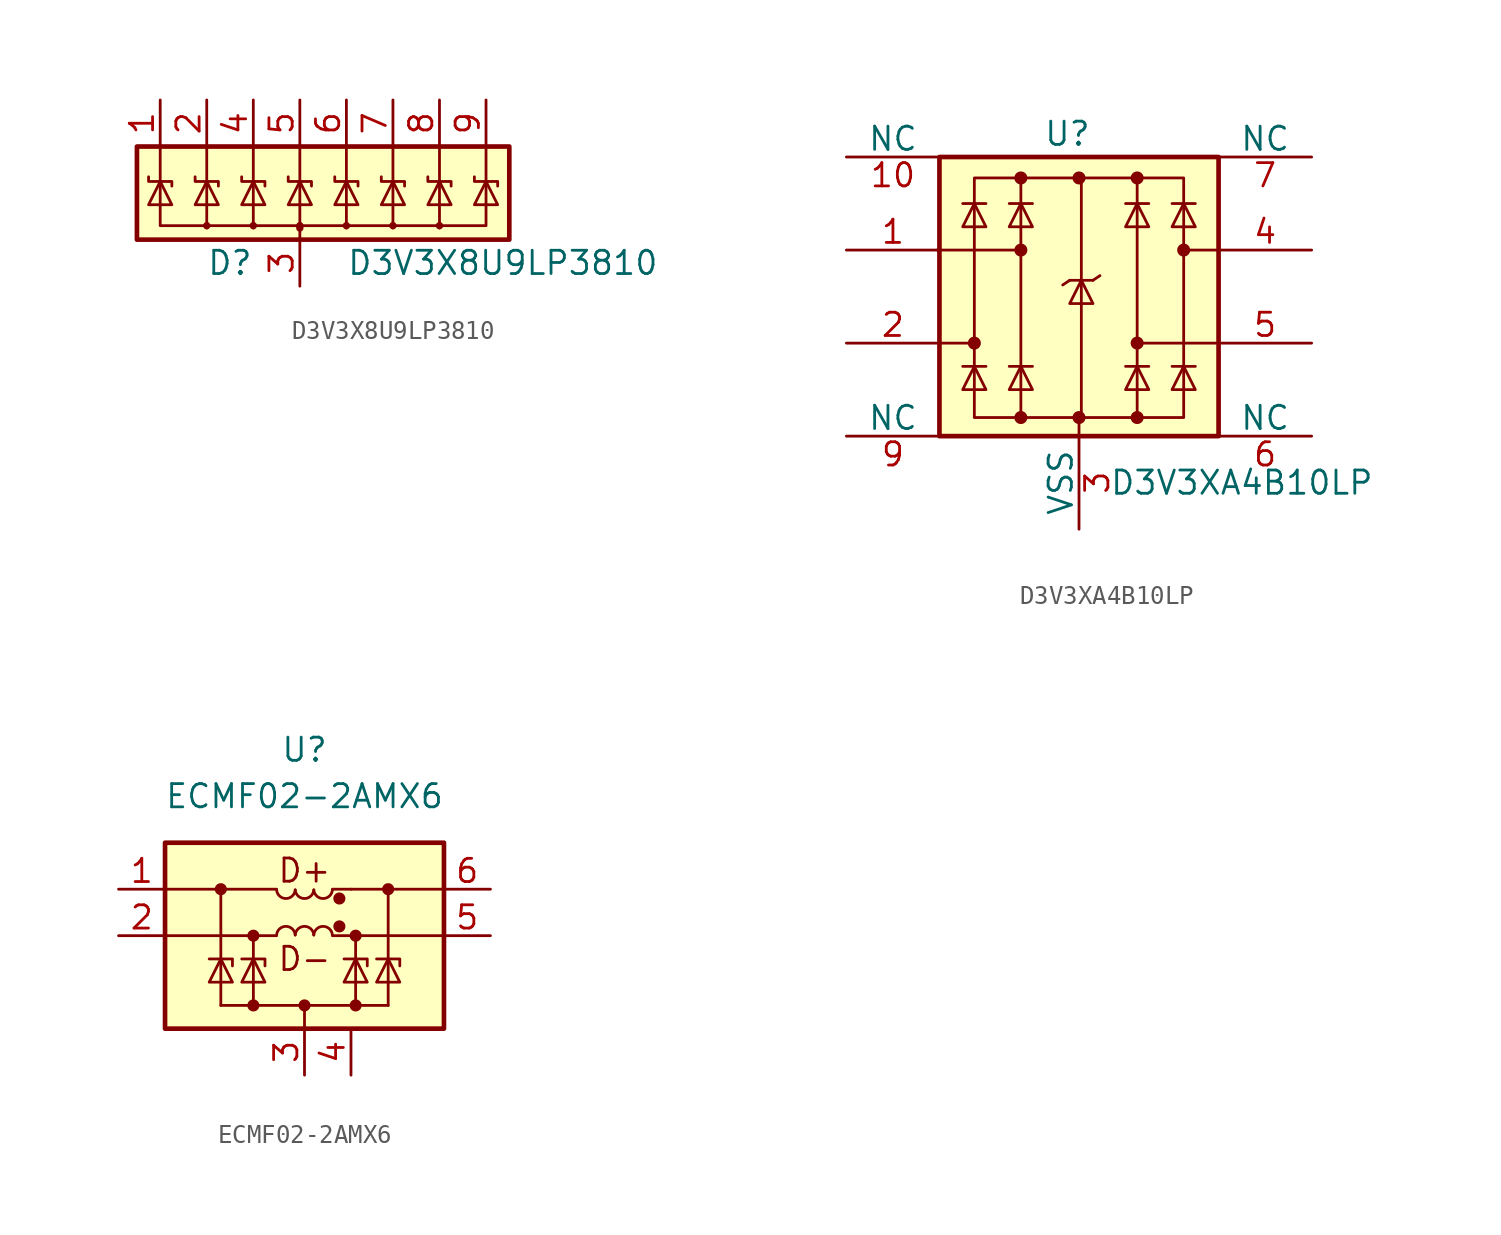
<source format=kicad_sym>
(kicad_symbol_lib
  (version 20241209)
  (generator "kicad_symbol_editor")
  (generator_version "9.0")
  (symbol "D3V3X8U9LP3810"
    (pin_names
      (hide yes))
    (property "Reference" "D"
      (at -2.54 -3.81 0)
      (effects (font (size 1.27 1.27)) (justify right)))
    (property "Value" "D3V3X8U9LP3810"
      (at 2.54 -3.81 0)
      (effects (font (size 1.27 1.27)) (justify left)))
    (symbol "D3V3X8U9LP3810_0_0"
      (pin passive line (at 0 -5.08 90) (length 2.54) (name "GND" (effects (font (size 1.27 1.27)))) (number "3" (effects (font (size 1.27 1.27))))))
    (symbol "D3V3X8U9LP3810_0_1"
      (rectangle (start -8.89 2.54) (end 11.43 -2.54) (stroke (width 0.254) (type default)) (fill (type background)))
      (polyline (pts (xy -8.255 0.889) (xy -8.255 0.635) (xy -6.985 0.635) (xy -6.985 0.381)) (stroke (width 0.152) (type default)) (fill (type none)))
      (polyline (pts (xy -8.255 -0.635) (xy -6.985 -0.635) (xy -7.62 0.635) (xy -8.255 -0.635)) (stroke (width 0) (type default)) (fill (type none)))
      (polyline (pts (xy -7.62 2.54) (xy -7.62 -1.778) (xy 10.16 -1.778) (xy 10.16 2.54)) (stroke (width 0) (type default)) (fill (type none)))
      (polyline (pts (xy -5.715 0.889) (xy -5.715 0.635) (xy -4.445 0.635) (xy -4.445 0.381)) (stroke (width 0.152) (type default)) (fill (type none)))
      (polyline (pts (xy -5.715 -0.635) (xy -4.445 -0.635) (xy -5.08 0.635) (xy -5.715 -0.635)) (stroke (width 0) (type default)) (fill (type none)))
      (polyline (pts (xy -5.08 2.54) (xy -5.08 -1.905)) (stroke (width 0) (type default)) (fill (type none)))
      (circle (center -5.08 -1.778) (radius 0.127) (stroke (width 0) (type default)) (fill (type none)))
      (polyline (pts (xy -3.175 0.889) (xy -3.175 0.635) (xy -1.905 0.635) (xy -1.905 0.381)) (stroke (width 0.152) (type default)) (fill (type none)))
      (polyline (pts (xy -3.175 -0.635) (xy -1.905 -0.635) (xy -2.54 0.635) (xy -3.175 -0.635)) (stroke (width 0) (type default)) (fill (type none)))
      (polyline (pts (xy -2.54 2.54) (xy -2.54 -1.905)) (stroke (width 0) (type default)) (fill (type none)))
      (circle (center -2.54 -1.778) (radius 0.127) (stroke (width 0) (type default)) (fill (type none)))
      (polyline (pts (xy -0.635 0.889) (xy -0.635 0.635) (xy 0.635 0.635) (xy 0.635 0.381)) (stroke (width 0.152) (type default)) (fill (type none)))
      (polyline (pts (xy -0.635 -0.635) (xy 0.635 -0.635) (xy 0 0.635) (xy -0.635 -0.635)) (stroke (width 0) (type default)) (fill (type none)))
      (polyline (pts (xy 0 2.54) (xy 0 -1.905)) (stroke (width 0) (type default)) (fill (type none)))
      (circle (center 0 -1.778) (radius 0.127) (stroke (width 0) (type default)) (fill (type none)))
      (polyline (pts (xy 0 -1.905) (xy 0 -2.54)) (stroke (width 0.152) (type default)) (fill (type none)))
      (circle (center 0 -1.905) (radius 0.127) (stroke (width 0) (type default)) (fill (type none)))
      (polyline (pts (xy 1.905 0.889) (xy 1.905 0.635) (xy 3.175 0.635) (xy 3.175 0.381)) (stroke (width 0.152) (type default)) (fill (type none)))
      (polyline (pts (xy 1.905 -0.635) (xy 3.175 -0.635) (xy 2.54 0.635) (xy 1.905 -0.635)) (stroke (width 0) (type default)) (fill (type none)))
      (polyline (pts (xy 2.54 2.54) (xy 2.54 -1.905)) (stroke (width 0) (type default)) (fill (type none)))
      (circle (center 2.54 -1.778) (radius 0.127) (stroke (width 0) (type default)) (fill (type none)))
      (polyline (pts (xy 4.445 0.889) (xy 4.445 0.635) (xy 5.715 0.635) (xy 5.715 0.381)) (stroke (width 0.152) (type default)) (fill (type none)))
      (polyline (pts (xy 4.445 -0.635) (xy 5.715 -0.635) (xy 5.08 0.635) (xy 4.445 -0.635)) (stroke (width 0) (type default)) (fill (type none)))
      (polyline (pts (xy 5.08 2.54) (xy 5.08 -1.905)) (stroke (width 0) (type default)) (fill (type none)))
      (circle (center 5.08 -1.778) (radius 0.127) (stroke (width 0) (type default)) (fill (type none)))
      (polyline (pts (xy 6.985 0.889) (xy 6.985 0.635) (xy 8.255 0.635) (xy 8.255 0.381)) (stroke (width 0.152) (type default)) (fill (type none)))
      (polyline (pts (xy 6.985 -0.635) (xy 8.255 -0.635) (xy 7.62 0.635) (xy 6.985 -0.635)) (stroke (width 0) (type default)) (fill (type none)))
      (polyline (pts (xy 7.62 2.54) (xy 7.62 -1.905)) (stroke (width 0) (type default)) (fill (type none)))
      (circle (center 7.62 -1.778) (radius 0.127) (stroke (width 0) (type default)) (fill (type none)))
      (polyline (pts (xy 9.525 0.889) (xy 9.525 0.635) (xy 10.795 0.635) (xy 10.795 0.381)) (stroke (width 0.152) (type default)) (fill (type none)))
      (polyline (pts (xy 9.525 -0.635) (xy 10.795 -0.635) (xy 10.16 0.635) (xy 9.525 -0.635)) (stroke (width 0) (type default)) (fill (type none))))
    (symbol "D3V3X8U9LP3810_1_1"
      (pin passive line (at -7.62 5.08 270) (length 2.54) (name "Line-1" (effects (font (size 1.27 1.27)))) (number "1" (effects (font (size 1.27 1.27)))))
      (pin passive line (at -5.08 5.08 270) (length 2.54) (name "Line-3" (effects (font (size 1.27 1.27)))) (number "2" (effects (font (size 1.27 1.27)))))
      (pin passive line (at -2.54 5.08 270) (length 2.54) (name "Line-6" (effects (font (size 1.27 1.27)))) (number "4" (effects (font (size 1.27 1.27)))))
      (pin passive line (at 0 5.08 270) (length 2.54) (name "Line-8" (effects (font (size 1.27 1.27)))) (number "5" (effects (font (size 1.27 1.27)))))
      (pin passive line (at 2.54 5.08 270) (length 2.54) (name "Line-7" (effects (font (size 1.27 1.27)))) (number "6" (effects (font (size 1.27 1.27)))))
      (pin passive line (at 5.08 5.08 270) (length 2.54) (name "Line-5" (effects (font (size 1.27 1.27)))) (number "7" (effects (font (size 1.27 1.27)))))
      (pin passive line (at 7.62 5.08 270) (length 2.54) (name "Line-4" (effects (font (size 1.27 1.27)))) (number "8" (effects (font (size 1.27 1.27)))))
      (pin passive line (at 10.16 5.08 270) (length 2.54) (name "Line-2" (effects (font (size 1.27 1.27)))) (number "9" (effects (font (size 1.27 1.27)))))))
  (symbol "D3V3XA4B10LP"
    (pin_names
      (offset 0))
    (property "Reference" "U"
      (at -0.635 8.89 0)
      (effects (font (size 1.27 1.27))))
    (property "Value" "D3V3XA4B10LP"
      (at 8.89 -10.16 0)
      (effects (font (size 1.27 1.27))))
    (symbol "D3V3XA4B10LP_0_0"
      (rectangle (start -5.715 6.477) (end 5.715 -6.604) (stroke (width 0) (type default)) (fill (type none)))
      (polyline (pts (xy -3.175 -6.604) (xy -3.175 6.477)) (stroke (width 0) (type default)) (fill (type none)))
      (polyline (pts (xy 0.127 6.477) (xy 0.127 -6.604)) (stroke (width 0) (type default)) (fill (type none)))
      (polyline (pts (xy 3.175 6.477) (xy 3.175 -6.604)) (stroke (width 0) (type default)) (fill (type none))))
    (symbol "D3V3XA4B10LP_0_1"
      (polyline (pts (xy -7.747 2.54) (xy -3.175 2.54)) (stroke (width 0) (type default)) (fill (type none)))
      (rectangle (start -7.62 7.62) (end 7.62 -7.62) (stroke (width 0.254) (type default)) (fill (type background)))
      (polyline (pts (xy -7.62 -2.54) (xy -5.715 -2.54)) (stroke (width 0) (type default)) (fill (type none)))
      (circle (center -5.715 -2.54) (radius 0.279) (stroke (width 0) (type default)) (fill (type outline)))
      (polyline (pts (xy -5.08 5.08) (xy -6.35 5.08)) (stroke (width 0) (type default)) (fill (type none)))
      (polyline (pts (xy -5.08 3.81) (xy -6.35 3.81) (xy -5.715 5.08) (xy -5.08 3.81)) (stroke (width 0) (type default)) (fill (type none)))
      (polyline (pts (xy -5.08 -3.81) (xy -6.35 -3.81)) (stroke (width 0) (type default)) (fill (type none)))
      (polyline (pts (xy -5.08 -5.08) (xy -6.35 -5.08) (xy -5.715 -3.81) (xy -5.08 -5.08)) (stroke (width 0) (type default)) (fill (type none)))
      (circle (center -3.175 6.477) (radius 0.279) (stroke (width 0) (type default)) (fill (type outline)))
      (circle (center -3.175 2.54) (radius 0.279) (stroke (width 0) (type default)) (fill (type outline)))
      (circle (center -3.175 -6.604) (radius 0.279) (stroke (width 0) (type default)) (fill (type outline)))
      (polyline (pts (xy -2.54 5.08) (xy -3.81 5.08)) (stroke (width 0) (type default)) (fill (type none)))
      (polyline (pts (xy -2.54 3.81) (xy -3.81 3.81) (xy -3.175 5.08) (xy -2.54 3.81)) (stroke (width 0) (type default)) (fill (type none)))
      (polyline (pts (xy -2.54 -3.81) (xy -3.81 -3.81)) (stroke (width 0) (type default)) (fill (type none)))
      (polyline (pts (xy -2.54 -5.08) (xy -3.81 -5.08) (xy -3.175 -3.81) (xy -2.54 -5.08)) (stroke (width 0) (type default)) (fill (type none)))
      (polyline (pts (xy -0.508 0.889) (xy -0.889 0.635)) (stroke (width 0) (type default)) (fill (type none)))
      (circle (center 0 6.477) (radius 0.279) (stroke (width 0) (type default)) (fill (type outline)))
      (polyline (pts (xy 0 -6.604) (xy 0 -7.62)) (stroke (width 0) (type default)) (fill (type none)))
      (circle (center 0 -6.604) (radius 0.279) (stroke (width 0) (type default)) (fill (type outline)))
      (polyline (pts (xy 0.762 0.889) (xy -0.508 0.889)) (stroke (width 0) (type default)) (fill (type none)))
      (polyline (pts (xy 0.762 0.889) (xy 1.143 1.143)) (stroke (width 0) (type default)) (fill (type none)))
      (polyline (pts (xy 0.762 -0.381) (xy -0.508 -0.381) (xy 0.127 0.889) (xy 0.762 -0.381)) (stroke (width 0) (type default)) (fill (type none)))
      (circle (center 3.175 6.477) (radius 0.279) (stroke (width 0) (type default)) (fill (type outline)))
      (circle (center 3.175 -2.54) (radius 0.279) (stroke (width 0) (type default)) (fill (type outline)))
      (circle (center 3.175 -6.604) (radius 0.279) (stroke (width 0) (type default)) (fill (type outline)))
      (polyline (pts (xy 3.81 5.08) (xy 2.54 5.08)) (stroke (width 0) (type default)) (fill (type none)))
      (polyline (pts (xy 3.81 3.81) (xy 2.54 3.81) (xy 3.175 5.08) (xy 3.81 3.81)) (stroke (width 0) (type default)) (fill (type none)))
      (polyline (pts (xy 3.81 -3.81) (xy 2.54 -3.81)) (stroke (width 0) (type default)) (fill (type none)))
      (polyline (pts (xy 3.81 -5.08) (xy 2.54 -5.08) (xy 3.175 -3.81) (xy 3.81 -5.08)) (stroke (width 0) (type default)) (fill (type none)))
      (circle (center 5.715 2.54) (radius 0.279) (stroke (width 0) (type default)) (fill (type outline)))
      (polyline (pts (xy 6.35 5.08) (xy 5.08 5.08)) (stroke (width 0) (type default)) (fill (type none)))
      (polyline (pts (xy 6.35 3.81) (xy 5.08 3.81) (xy 5.715 5.08) (xy 6.35 3.81)) (stroke (width 0) (type default)) (fill (type none)))
      (polyline (pts (xy 6.35 -3.81) (xy 5.08 -3.81)) (stroke (width 0) (type default)) (fill (type none)))
      (polyline (pts (xy 6.35 -5.08) (xy 5.08 -5.08) (xy 5.715 -3.81) (xy 6.35 -5.08)) (stroke (width 0) (type default)) (fill (type none)))
      (polyline (pts (xy 7.62 2.54) (xy 5.715 2.54)) (stroke (width 0) (type default)) (fill (type none)))
      (polyline (pts (xy 7.62 -2.54) (xy 3.175 -2.54)) (stroke (width 0) (type default)) (fill (type none))))
    (symbol "D3V3XA4B10LP_1_1"
      (pin free line (at -12.7 7.62 0) (length 5.08) (name "NC" (effects (font (size 1.27 1.27)))) (number "10" (effects (font (size 1.27 1.27)))))
      (pin passive line (at -12.7 2.54 0) (length 5.08) (name "~" (effects (font (size 1.27 1.27)))) (number "1" (effects (font (size 1.27 1.27)))))
      (pin passive line (at -12.7 -2.54 0) (length 5.08) (name "~" (effects (font (size 1.27 1.27)))) (number "2" (effects (font (size 1.27 1.27)))))
      (pin free line (at -12.7 -7.62 0) (length 5.08) (name "NC" (effects (font (size 1.27 1.27)))) (number "9" (effects (font (size 1.27 1.27)))))
      (pin power_in line (at 0 -12.7 90) (length 5.08) (name "VSS" (effects (font (size 1.27 1.27)))) (number "3" (effects (font (size 1.27 1.27)))))
      (pin passive line (at 0 -12.7 90) (length 5.08) (hide yes) (name "VSS" (effects (font (size 1.27 1.27)))) (number "8" (effects (font (size 1.27 1.27)))))
      (pin free line (at 12.7 7.62 180) (length 5.08) (name "NC" (effects (font (size 1.27 1.27)))) (number "7" (effects (font (size 1.27 1.27)))))
      (pin passive line (at 12.7 2.54 180) (length 5.08) (name "~" (effects (font (size 1.27 1.27)))) (number "4" (effects (font (size 1.27 1.27)))))
      (pin passive line (at 12.7 -2.54 180) (length 5.08) (name "~" (effects (font (size 1.27 1.27)))) (number "5" (effects (font (size 1.27 1.27)))))
      (pin free line (at 12.7 -7.62 180) (length 5.08) (name "NC" (effects (font (size 1.27 1.27)))) (number "6" (effects (font (size 1.27 1.27)))))))
  (symbol "ECMF02-2AMX6"
    (pin_names
      (offset 0.025)
      (hide yes))
    (property "Reference" "U"
      (at 0 10.16 0)
      (effects (font (size 1.27 1.27))))
    (property "Value" "ECMF02-2AMX6"
      (at 0 7.62 0)
      (effects (font (size 1.27 1.27))))
    (symbol "ECMF02-2AMX6_0_1"
      (rectangle (start -7.62 5.08) (end 7.62 -5.08) (stroke (width 0.254) (type default)) (fill (type background)))
      (polyline (pts (xy -7.62 2.54) (xy -1.524 2.54)) (stroke (width 0) (type default)) (fill (type none)))
      (polyline (pts (xy -7.62 0) (xy -1.524 0)) (stroke (width 0) (type default)) (fill (type none)))
      (polyline (pts (xy -4.572 2.54) (xy -4.572 -3.81)) (stroke (width 0) (type default)) (fill (type none)))
      (polyline (pts (xy -4.572 -3.81) (xy 4.572 -3.81)) (stroke (width 0) (type default)) (fill (type none)))
      (polyline (pts (xy -2.794 0) (xy -2.794 -3.81)) (stroke (width 0) (type default)) (fill (type none)))
      (arc (start -0.508 2.5023) (mid -1.016 2.0306) (end -1.524 2.5023) (stroke (width 0) (type default)) (fill (type none)))
      (arc (start -1.524 0.0377) (mid -1.016 0.5094) (end -0.508 0.0377) (stroke (width 0) (type default)) (fill (type none)))
      (arc (start 0.508 2.5023) (mid 0 2.0306) (end -0.508 2.5023) (stroke (width 0) (type default)) (fill (type none)))
      (arc (start -0.508 0.0377) (mid 0 0.5094) (end 0.508 0.0377) (stroke (width 0) (type default)) (fill (type none)))
      (polyline (pts (xy 0 -5.08) (xy 0 -3.81)) (stroke (width 0) (type default)) (fill (type none)))
      (arc (start 1.524 2.5023) (mid 1.016 2.0306) (end 0.508 2.5023) (stroke (width 0) (type default)) (fill (type none)))
      (arc (start 0.508 0.0377) (mid 1.016 0.5094) (end 1.524 0.0377) (stroke (width 0) (type default)) (fill (type none)))
      (polyline (pts (xy 2.54 2.54) (xy 1.524 2.54)) (stroke (width 0) (type default)) (fill (type none)))
      (polyline (pts (xy 2.54 2.54) (xy 7.62 2.54)) (stroke (width 0) (type default)) (fill (type none)))
      (polyline (pts (xy 2.54 0) (xy 1.524 0)) (stroke (width 0) (type default)) (fill (type none)))
      (polyline (pts (xy 2.54 0) (xy 7.62 0)) (stroke (width 0) (type default)) (fill (type none)))
      (polyline (pts (xy 2.794 0) (xy 2.794 -3.81)) (stroke (width 0) (type default)) (fill (type none)))
      (polyline (pts (xy 4.572 2.54) (xy 4.572 -3.81)) (stroke (width 0) (type default)) (fill (type none)))
      (text "D+" (at 0 3.556 0) (effects (font (size 1.27 1.27))))
      (text "D-" (at 0 -1.27 0) (effects (font (size 1.27 1.27)))))
    (symbol "ECMF02-2AMX6_1_1"
      (polyline (pts (xy -5.207 -2.54) (xy -3.937 -2.54) (xy -4.572 -1.27) (xy -5.207 -2.54)) (stroke (width 0) (type default)) (fill (type none)))
      (circle (center -4.572 2.54) (radius 0.254) (stroke (width 0) (type default)) (fill (type outline)))
      (polyline (pts (xy -3.937 -1.651) (xy -3.937 -1.27) (xy -5.207 -1.27)) (stroke (width 0) (type default)) (fill (type none)))
      (polyline (pts (xy -3.429 -2.54) (xy -2.159 -2.54) (xy -2.794 -1.27) (xy -3.429 -2.54)) (stroke (width 0) (type default)) (fill (type none)))
      (circle (center -2.794 0) (radius 0.254) (stroke (width 0) (type default)) (fill (type outline)))
      (circle (center -2.794 -3.81) (radius 0.254) (stroke (width 0) (type default)) (fill (type outline)))
      (polyline (pts (xy -2.159 -1.651) (xy -2.159 -1.27) (xy -3.429 -1.27)) (stroke (width 0) (type default)) (fill (type none)))
      (circle (center 0 -3.81) (radius 0.254) (stroke (width 0) (type default)) (fill (type outline)))
      (circle (center 1.905 2.032) (radius 0.254) (stroke (width 0) (type default)) (fill (type outline)))
      (circle (center 1.905 0.508) (radius 0.254) (stroke (width 0) (type default)) (fill (type outline)))
      (circle (center 2.794 0) (radius 0.254) (stroke (width 0) (type default)) (fill (type outline)))
      (circle (center 2.794 -3.81) (radius 0.254) (stroke (width 0) (type default)) (fill (type outline)))
      (polyline (pts (xy 3.429 -1.651) (xy 3.429 -1.27) (xy 2.159 -1.27)) (stroke (width 0) (type default)) (fill (type none)))
      (polyline (pts (xy 3.429 -2.54) (xy 2.159 -2.54) (xy 2.794 -1.27) (xy 3.429 -2.54)) (stroke (width 0) (type default)) (fill (type none)))
      (circle (center 4.572 2.54) (radius 0.254) (stroke (width 0) (type default)) (fill (type outline)))
      (polyline (pts (xy 5.207 -1.651) (xy 5.207 -1.27) (xy 3.937 -1.27)) (stroke (width 0) (type default)) (fill (type none)))
      (polyline (pts (xy 5.207 -2.54) (xy 3.937 -2.54) (xy 4.572 -1.27) (xy 5.207 -2.54)) (stroke (width 0) (type default)) (fill (type none)))
      (pin passive line (at -10.16 2.54 0) (length 2.54) (name "D+_in" (effects (font (size 1.27 1.27)))) (number "1" (effects (font (size 1.27 1.27)))))
      (pin passive line (at -10.16 0 0) (length 2.54) (name "D-_in" (effects (font (size 1.27 1.27)))) (number "2" (effects (font (size 1.27 1.27)))))
      (pin power_in line (at 0 -7.62 90) (length 2.54) (name "GND" (effects (font (size 1.27 1.27)))) (number "3" (effects (font (size 1.27 1.27)))))
      (pin free line (at 2.54 -7.62 90) (length 2.54) (name "NC" (effects (font (size 1.27 1.27)))) (number "4" (effects (font (size 1.27 1.27)))))
      (pin passive line (at 10.16 2.54 180) (length 2.54) (name "D+_out" (effects (font (size 1.27 1.27)))) (number "6" (effects (font (size 1.27 1.27)))))
      (pin passive line (at 10.16 0 180) (length 2.54) (name "D-_out" (effects (font (size 1.27 1.27)))) (number "5" (effects (font (size 1.27 1.27))))))))
</source>
